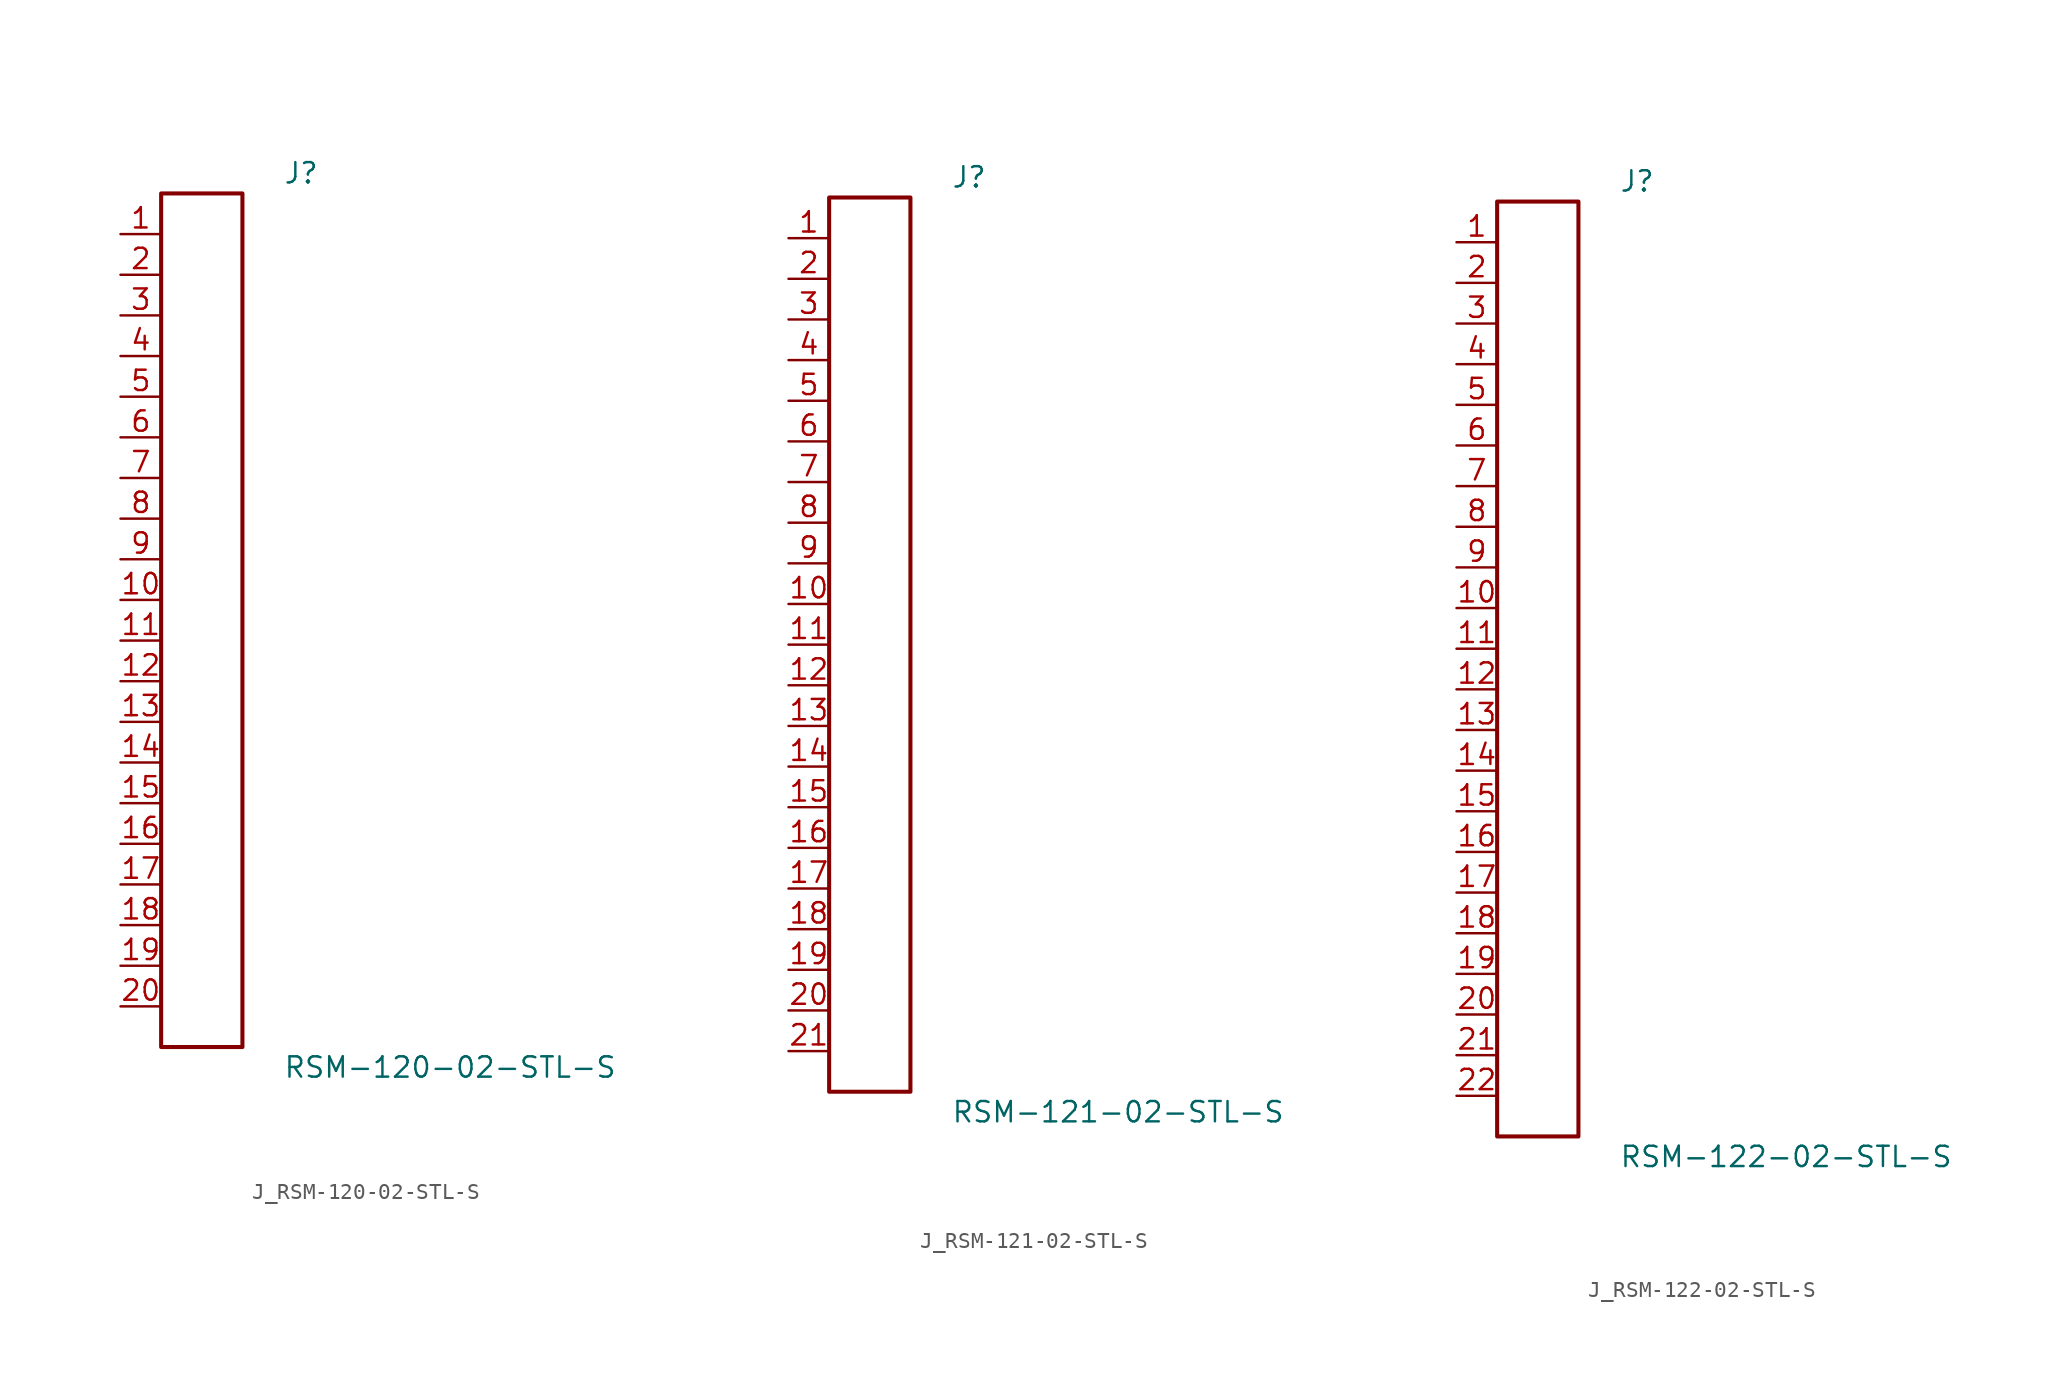
<source format=kicad_sym>
(kicad_symbol_lib
  (version 20231120)
  (generator kicad_symbol_editor)
  (generator_version 8.0)
  (symbol "J_RSM-120-02-STL-S"
    (pin_names
      (offset 0.254))
    (property "Reference" "J"
      (at 5.08 27.94 0)
      (effects (font (size 1.27 1.27)) (justify left)))
    (property "Value" "RSM-120-02-STL-S"
      (at 5.08 -27.94 0)
      (effects (font (size 1.27 1.27)) (justify left)))
    (symbol "J_RSM-120-02-STL-S_0_0"
      (pin passive line (at -5.08 24.13 0) (length 2.54) (name "" (effects (font (size 1.27 1.27)))) (number "1" (effects (font (size 1.27 1.27)))))
      (pin passive line (at -5.08 21.59 0) (length 2.54) (name "" (effects (font (size 1.27 1.27)))) (number "2" (effects (font (size 1.27 1.27)))))
      (pin passive line (at -5.08 19.05 0) (length 2.54) (name "" (effects (font (size 1.27 1.27)))) (number "3" (effects (font (size 1.27 1.27)))))
      (pin passive line (at -5.08 16.51 0) (length 2.54) (name "" (effects (font (size 1.27 1.27)))) (number "4" (effects (font (size 1.27 1.27)))))
      (pin passive line (at -5.08 13.97 0) (length 2.54) (name "" (effects (font (size 1.27 1.27)))) (number "5" (effects (font (size 1.27 1.27)))))
      (pin passive line (at -5.08 11.43 0) (length 2.54) (name "" (effects (font (size 1.27 1.27)))) (number "6" (effects (font (size 1.27 1.27)))))
      (pin passive line (at -5.08 8.89 0) (length 2.54) (name "" (effects (font (size 1.27 1.27)))) (number "7" (effects (font (size 1.27 1.27)))))
      (pin passive line (at -5.08 6.35 0) (length 2.54) (name "" (effects (font (size 1.27 1.27)))) (number "8" (effects (font (size 1.27 1.27)))))
      (pin passive line (at -5.08 3.81 0) (length 2.54) (name "" (effects (font (size 1.27 1.27)))) (number "9" (effects (font (size 1.27 1.27)))))
      (pin passive line (at -5.08 1.27 0) (length 2.54) (name "" (effects (font (size 1.27 1.27)))) (number "10" (effects (font (size 1.27 1.27)))))
      (pin passive line (at -5.08 -1.27 0) (length 2.54) (name "" (effects (font (size 1.27 1.27)))) (number "11" (effects (font (size 1.27 1.27)))))
      (pin passive line (at -5.08 -3.81 0) (length 2.54) (name "" (effects (font (size 1.27 1.27)))) (number "12" (effects (font (size 1.27 1.27)))))
      (pin passive line (at -5.08 -6.35 0) (length 2.54) (name "" (effects (font (size 1.27 1.27)))) (number "13" (effects (font (size 1.27 1.27)))))
      (pin passive line (at -5.08 -8.89 0) (length 2.54) (name "" (effects (font (size 1.27 1.27)))) (number "14" (effects (font (size 1.27 1.27)))))
      (pin passive line (at -5.08 -11.43 0) (length 2.54) (name "" (effects (font (size 1.27 1.27)))) (number "15" (effects (font (size 1.27 1.27)))))
      (pin passive line (at -5.08 -13.97 0) (length 2.54) (name "" (effects (font (size 1.27 1.27)))) (number "16" (effects (font (size 1.27 1.27)))))
      (pin passive line (at -5.08 -16.51 0) (length 2.54) (name "" (effects (font (size 1.27 1.27)))) (number "17" (effects (font (size 1.27 1.27)))))
      (pin passive line (at -5.08 -19.05 0) (length 2.54) (name "" (effects (font (size 1.27 1.27)))) (number "18" (effects (font (size 1.27 1.27)))))
      (pin passive line (at -5.08 -21.59 0) (length 2.54) (name "" (effects (font (size 1.27 1.27)))) (number "19" (effects (font (size 1.27 1.27)))))
      (pin passive line (at -5.08 -24.13 0) (length 2.54) (name "" (effects (font (size 1.27 1.27)))) (number "20" (effects (font (size 1.27 1.27))))))
    (symbol "J_RSM-120-02-STL-S_1_0"
      (rectangle (start -2.54 26.67) (end 2.54 -26.67) (stroke (width 0.254) (type solid)) (fill (type none)))))
  (symbol "J_RSM-121-02-STL-S"
    (pin_names
      (offset 0.254))
    (property "Reference" "J"
      (at 5.08 29.21 0)
      (effects (font (size 1.27 1.27)) (justify left)))
    (property "Value" "RSM-121-02-STL-S"
      (at 5.08 -29.21 0)
      (effects (font (size 1.27 1.27)) (justify left)))
    (symbol "J_RSM-121-02-STL-S_0_0"
      (pin passive line (at -5.08 25.4 0) (length 2.54) (name "" (effects (font (size 1.27 1.27)))) (number "1" (effects (font (size 1.27 1.27)))))
      (pin passive line (at -5.08 22.86 0) (length 2.54) (name "" (effects (font (size 1.27 1.27)))) (number "2" (effects (font (size 1.27 1.27)))))
      (pin passive line (at -5.08 20.32 0) (length 2.54) (name "" (effects (font (size 1.27 1.27)))) (number "3" (effects (font (size 1.27 1.27)))))
      (pin passive line (at -5.08 17.78 0) (length 2.54) (name "" (effects (font (size 1.27 1.27)))) (number "4" (effects (font (size 1.27 1.27)))))
      (pin passive line (at -5.08 15.24 0) (length 2.54) (name "" (effects (font (size 1.27 1.27)))) (number "5" (effects (font (size 1.27 1.27)))))
      (pin passive line (at -5.08 12.7 0) (length 2.54) (name "" (effects (font (size 1.27 1.27)))) (number "6" (effects (font (size 1.27 1.27)))))
      (pin passive line (at -5.08 10.16 0) (length 2.54) (name "" (effects (font (size 1.27 1.27)))) (number "7" (effects (font (size 1.27 1.27)))))
      (pin passive line (at -5.08 7.62 0) (length 2.54) (name "" (effects (font (size 1.27 1.27)))) (number "8" (effects (font (size 1.27 1.27)))))
      (pin passive line (at -5.08 5.08 0) (length 2.54) (name "" (effects (font (size 1.27 1.27)))) (number "9" (effects (font (size 1.27 1.27)))))
      (pin passive line (at -5.08 2.54 0) (length 2.54) (name "" (effects (font (size 1.27 1.27)))) (number "10" (effects (font (size 1.27 1.27)))))
      (pin passive line (at -5.08 0.0 0) (length 2.54) (name "" (effects (font (size 1.27 1.27)))) (number "11" (effects (font (size 1.27 1.27)))))
      (pin passive line (at -5.08 -2.54 0) (length 2.54) (name "" (effects (font (size 1.27 1.27)))) (number "12" (effects (font (size 1.27 1.27)))))
      (pin passive line (at -5.08 -5.08 0) (length 2.54) (name "" (effects (font (size 1.27 1.27)))) (number "13" (effects (font (size 1.27 1.27)))))
      (pin passive line (at -5.08 -7.62 0) (length 2.54) (name "" (effects (font (size 1.27 1.27)))) (number "14" (effects (font (size 1.27 1.27)))))
      (pin passive line (at -5.08 -10.16 0) (length 2.54) (name "" (effects (font (size 1.27 1.27)))) (number "15" (effects (font (size 1.27 1.27)))))
      (pin passive line (at -5.08 -12.7 0) (length 2.54) (name "" (effects (font (size 1.27 1.27)))) (number "16" (effects (font (size 1.27 1.27)))))
      (pin passive line (at -5.08 -15.24 0) (length 2.54) (name "" (effects (font (size 1.27 1.27)))) (number "17" (effects (font (size 1.27 1.27)))))
      (pin passive line (at -5.08 -17.78 0) (length 2.54) (name "" (effects (font (size 1.27 1.27)))) (number "18" (effects (font (size 1.27 1.27)))))
      (pin passive line (at -5.08 -20.32 0) (length 2.54) (name "" (effects (font (size 1.27 1.27)))) (number "19" (effects (font (size 1.27 1.27)))))
      (pin passive line (at -5.08 -22.86 0) (length 2.54) (name "" (effects (font (size 1.27 1.27)))) (number "20" (effects (font (size 1.27 1.27)))))
      (pin passive line (at -5.08 -25.4 0) (length 2.54) (name "" (effects (font (size 1.27 1.27)))) (number "21" (effects (font (size 1.27 1.27))))))
    (symbol "J_RSM-121-02-STL-S_1_0"
      (rectangle (start -2.54 27.94) (end 2.54 -27.94) (stroke (width 0.254) (type solid)) (fill (type none)))))
  (symbol "J_RSM-122-02-STL-S"
    (pin_names
      (offset 0.254))
    (property "Reference" "J"
      (at 5.08 30.48 0)
      (effects (font (size 1.27 1.27)) (justify left)))
    (property "Value" "RSM-122-02-STL-S"
      (at 5.08 -30.48 0)
      (effects (font (size 1.27 1.27)) (justify left)))
    (symbol "J_RSM-122-02-STL-S_0_0"
      (pin passive line (at -5.08 26.67 0) (length 2.54) (name "" (effects (font (size 1.27 1.27)))) (number "1" (effects (font (size 1.27 1.27)))))
      (pin passive line (at -5.08 24.13 0) (length 2.54) (name "" (effects (font (size 1.27 1.27)))) (number "2" (effects (font (size 1.27 1.27)))))
      (pin passive line (at -5.08 21.59 0) (length 2.54) (name "" (effects (font (size 1.27 1.27)))) (number "3" (effects (font (size 1.27 1.27)))))
      (pin passive line (at -5.08 19.05 0) (length 2.54) (name "" (effects (font (size 1.27 1.27)))) (number "4" (effects (font (size 1.27 1.27)))))
      (pin passive line (at -5.08 16.51 0) (length 2.54) (name "" (effects (font (size 1.27 1.27)))) (number "5" (effects (font (size 1.27 1.27)))))
      (pin passive line (at -5.08 13.97 0) (length 2.54) (name "" (effects (font (size 1.27 1.27)))) (number "6" (effects (font (size 1.27 1.27)))))
      (pin passive line (at -5.08 11.43 0) (length 2.54) (name "" (effects (font (size 1.27 1.27)))) (number "7" (effects (font (size 1.27 1.27)))))
      (pin passive line (at -5.08 8.89 0) (length 2.54) (name "" (effects (font (size 1.27 1.27)))) (number "8" (effects (font (size 1.27 1.27)))))
      (pin passive line (at -5.08 6.35 0) (length 2.54) (name "" (effects (font (size 1.27 1.27)))) (number "9" (effects (font (size 1.27 1.27)))))
      (pin passive line (at -5.08 3.81 0) (length 2.54) (name "" (effects (font (size 1.27 1.27)))) (number "10" (effects (font (size 1.27 1.27)))))
      (pin passive line (at -5.08 1.27 0) (length 2.54) (name "" (effects (font (size 1.27 1.27)))) (number "11" (effects (font (size 1.27 1.27)))))
      (pin passive line (at -5.08 -1.27 0) (length 2.54) (name "" (effects (font (size 1.27 1.27)))) (number "12" (effects (font (size 1.27 1.27)))))
      (pin passive line (at -5.08 -3.81 0) (length 2.54) (name "" (effects (font (size 1.27 1.27)))) (number "13" (effects (font (size 1.27 1.27)))))
      (pin passive line (at -5.08 -6.35 0) (length 2.54) (name "" (effects (font (size 1.27 1.27)))) (number "14" (effects (font (size 1.27 1.27)))))
      (pin passive line (at -5.08 -8.89 0) (length 2.54) (name "" (effects (font (size 1.27 1.27)))) (number "15" (effects (font (size 1.27 1.27)))))
      (pin passive line (at -5.08 -11.43 0) (length 2.54) (name "" (effects (font (size 1.27 1.27)))) (number "16" (effects (font (size 1.27 1.27)))))
      (pin passive line (at -5.08 -13.97 0) (length 2.54) (name "" (effects (font (size 1.27 1.27)))) (number "17" (effects (font (size 1.27 1.27)))))
      (pin passive line (at -5.08 -16.51 0) (length 2.54) (name "" (effects (font (size 1.27 1.27)))) (number "18" (effects (font (size 1.27 1.27)))))
      (pin passive line (at -5.08 -19.05 0) (length 2.54) (name "" (effects (font (size 1.27 1.27)))) (number "19" (effects (font (size 1.27 1.27)))))
      (pin passive line (at -5.08 -21.59 0) (length 2.54) (name "" (effects (font (size 1.27 1.27)))) (number "20" (effects (font (size 1.27 1.27)))))
      (pin passive line (at -5.08 -24.13 0) (length 2.54) (name "" (effects (font (size 1.27 1.27)))) (number "21" (effects (font (size 1.27 1.27)))))
      (pin passive line (at -5.08 -26.67 0) (length 2.54) (name "" (effects (font (size 1.27 1.27)))) (number "22" (effects (font (size 1.27 1.27))))))
    (symbol "J_RSM-122-02-STL-S_1_0"
      (rectangle (start -2.54 29.21) (end 2.54 -29.21) (stroke (width 0.254) (type solid)) (fill (type none))))))
</source>
